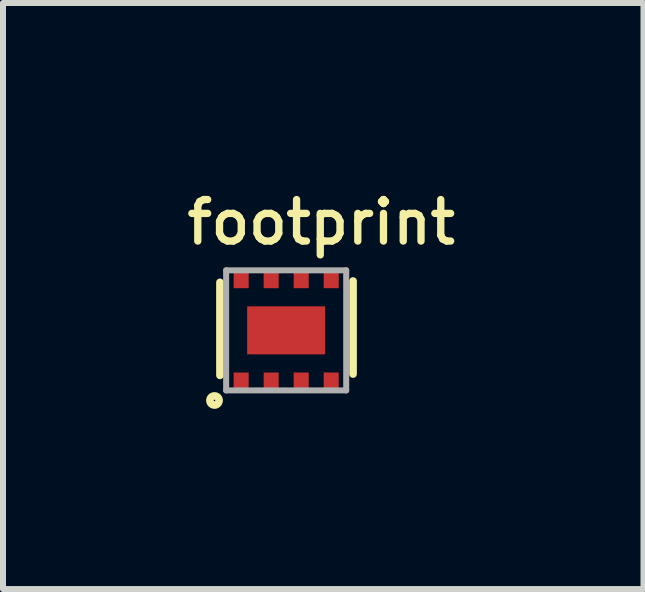
<source format=kicad_pcb>
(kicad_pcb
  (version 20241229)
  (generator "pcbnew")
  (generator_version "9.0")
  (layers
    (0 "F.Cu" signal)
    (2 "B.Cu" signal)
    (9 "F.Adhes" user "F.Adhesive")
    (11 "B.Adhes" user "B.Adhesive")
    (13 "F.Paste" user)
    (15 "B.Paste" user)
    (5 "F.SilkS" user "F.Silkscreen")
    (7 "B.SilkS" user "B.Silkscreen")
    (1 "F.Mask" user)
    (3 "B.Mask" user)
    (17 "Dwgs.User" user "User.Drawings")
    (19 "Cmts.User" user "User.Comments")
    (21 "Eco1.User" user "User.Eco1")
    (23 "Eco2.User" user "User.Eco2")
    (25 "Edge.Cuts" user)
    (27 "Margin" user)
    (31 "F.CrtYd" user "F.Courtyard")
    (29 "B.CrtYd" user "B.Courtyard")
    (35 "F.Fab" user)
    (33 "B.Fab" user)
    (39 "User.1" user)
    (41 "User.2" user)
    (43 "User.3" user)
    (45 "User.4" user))
  (footprint "footprint"
    (layer "F.Cu")
    (at 1.717 2.453)
    (property "Reference" "footprint" (at -1.717 -1.397 0) (layer "F.SilkS") (effects (font (size 0.691 0.691) (thickness 0.122)) (justify left bottom)))
    (fp_line (start -1.103 -0.8) (end -1.103 0.75) (stroke (width 0.127) (type solid)) (layer "F.SilkS"))
    (fp_line (start 1.114 -0.822) (end 1.114 0.728) (stroke (width 0.127) (type solid)) (layer "F.SilkS"))
    (fp_circle (center -1.194 1.168) (end -1.118 1.168) (stroke (width 0.127) (type solid)) (fill no) (layer "F.SilkS"))
    (fp_poly (pts (xy -0.567 0.326) (xy -0.262 0.326) (xy -0.262 0.047) (xy -0.567 0.047)) (stroke (width 0) (type solid)) (fill yes) (layer "F.Paste"))
    (fp_poly (pts (xy -0.559 -0.051) (xy -0.254 -0.051) (xy -0.254 -0.33) (xy -0.559 -0.33)) (stroke (width 0) (type solid)) (fill yes) (layer "F.Paste"))
    (fp_poly (pts (xy -0.16 0.148) (xy 0.144 0.148) (xy 0.144 -0.131) (xy -0.16 -0.131)) (stroke (width 0) (type solid)) (fill yes) (layer "F.Paste"))
    (fp_poly (pts (xy 0.246 -0.055) (xy 0.551 -0.055) (xy 0.551 -0.334) (xy 0.246 -0.334)) (stroke (width 0) (type solid)) (fill yes) (layer "F.Paste"))
    (fp_poly (pts (xy 0.246 0.326) (xy 0.551 0.326) (xy 0.551 0.047) (xy 0.246 0.047)) (stroke (width 0) (type solid)) (fill yes) (layer "F.Paste"))
    (fp_line (start -1 -1) (end -1 1) (stroke (width 0.1) (type solid)) (layer "F.Fab"))
    (fp_line (start -1 1) (end 1 1) (stroke (width 0.1) (type solid)) (layer "F.Fab"))
    (fp_line (start 1 -1) (end -1 -1) (stroke (width 0.1) (type solid)) (layer "F.Fab"))
    (fp_line (start 1 1) (end 1 -1) (stroke (width 0.1) (type solid)) (layer "F.Fab"))
    (pad "1" smd rect (at -0.75 0.852 90) (size 0.3 0.25) (layers "F.Cu" "F.Mask" "F.Paste"))
    (pad "2" smd rect (at -0.25 0.852 90) (size 0.3 0.25) (layers "F.Cu" "F.Mask" "F.Paste"))
    (pad "3" smd rect (at 0.25 0.852 90) (size 0.3 0.25) (layers "F.Cu" "F.Mask" "F.Paste"))
    (pad "4" smd rect (at 0.75 0.852 90) (size 0.3 0.25) (layers "F.Cu" "F.Mask" "F.Paste"))
    (pad "5" smd rect (at 0.75 -0.852 90) (size 0.3 0.25) (layers "F.Cu" "F.Mask" "F.Paste"))
    (pad "6" smd rect (at 0.25 -0.852 90) (size 0.3 0.25) (layers "F.Cu" "F.Mask" "F.Paste"))
    (pad "7" smd rect (at -0.25 -0.852 90) (size 0.3 0.25) (layers "F.Cu" "F.Mask" "F.Paste"))
    (pad "8" smd rect (at -0.75 -0.852 90) (size 0.3 0.25) (layers "F.Cu" "F.Mask" "F.Paste"))
    (pad "P$1" smd rect (at 0 0) (size 1.3 0.8) (layers "F.Cu" "F.Mask")))
  (gr_rect
    (start -3 -3)
    (end 7.669 6.762)
    (stroke (width 0.1) (type default))
    (fill no)
    (layer "Edge.Cuts")))
</source>
